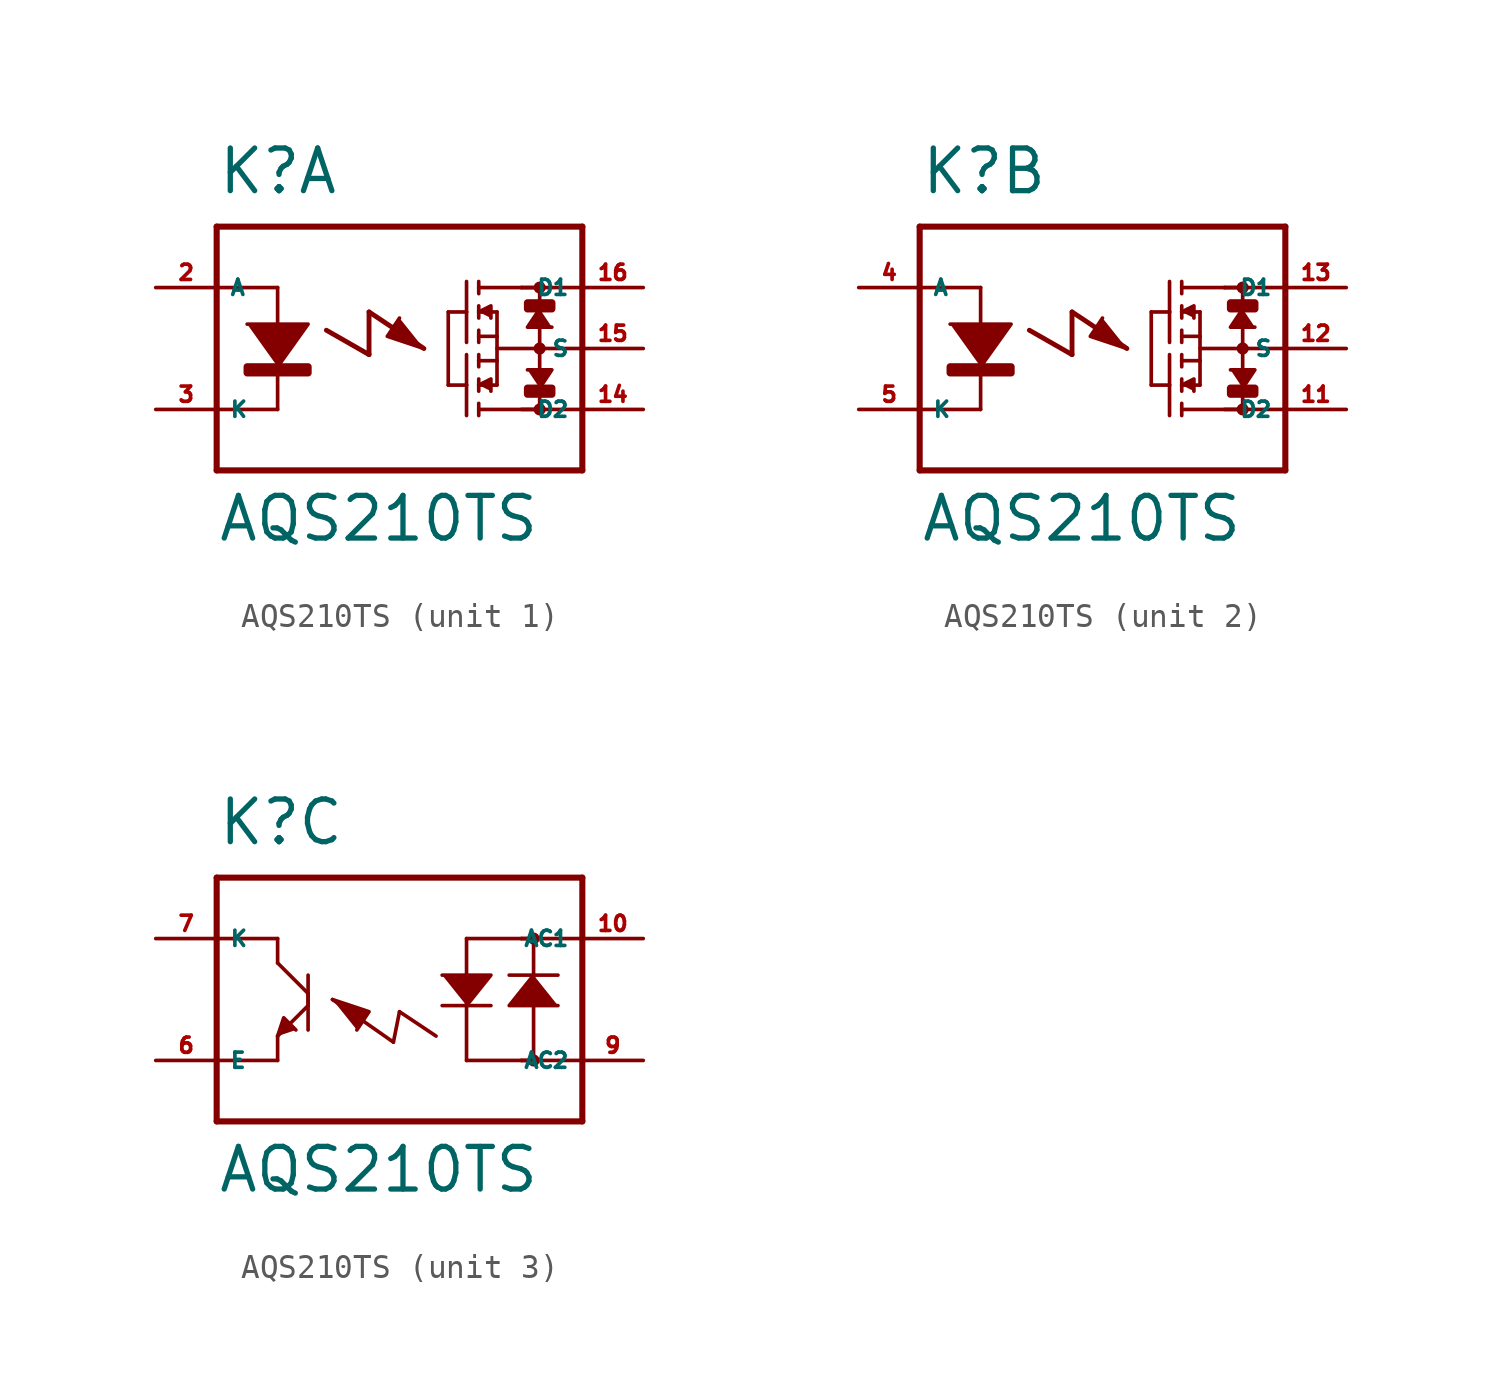
<source format=kicad_sym>
(kicad_symbol_lib
  (version 20220914)
  (generator Eagle2Kicad)
  (symbol "AQS210TS"
    (property "Reference" "K"
      (at -7.62 6.35 0)
      (effects (font (size 1.778 1.778) (thickness 0.22)) (justify left bottom)))
    (property "Value" "AQS210TS"
      (at -7.62 -8.128 0)
      (effects (font (size 1.778 1.778) (thickness 0.22)) (justify left bottom)))
    (symbol "AQS210TS_1_0"
      (polyline (pts (xy -6.35 1.016) (xy -3.81 1.016) (xy -5.08 -0.762)) (stroke (width 0.152) (type default)) (fill (type outline)))
      (polyline (pts (xy 3.302 1.524) (xy 3.81 1.778) (xy 3.81 1.27)) (stroke (width 0.152) (type default)) (fill (type outline)))
      (polyline (pts (xy 3.302 -1.524) (xy 3.81 -1.27) (xy 3.81 -1.778)) (stroke (width 0.152) (type default)) (fill (type outline)))
      (polyline (pts (xy 5.842 1.651) (xy 5.334 0.889) (xy 6.35 0.889)) (stroke (width 0.152) (type default)) (fill (type outline)))
      (polyline (pts (xy 5.842 -1.651) (xy 6.35 -0.889) (xy 5.334 -0.889)) (stroke (width 0.152) (type default)) (fill (type outline)))
      (polyline (pts (xy 0 1.27) (xy -0.508 0.508) (xy 1.016 0)) (stroke (width 0.152) (type default)) (fill (type outline)))
      (polyline (pts (xy -5.08 2.54) (xy -5.08 -2.54)) (stroke (width 0.152) (type default)) (fill (type none)))
      (polyline (pts (xy 3.302 2.794) (xy 3.302 2.286)) (stroke (width 0.152) (type default)) (fill (type none)))
      (polyline (pts (xy 3.302 1.778) (xy 3.302 1.524)) (stroke (width 0.152) (type default)) (fill (type none)))
      (polyline (pts (xy 3.302 1.524) (xy 3.302 1.27)) (stroke (width 0.152) (type default)) (fill (type none)))
      (polyline (pts (xy 3.302 0.762) (xy 3.302 0.508)) (stroke (width 0.152) (type default)) (fill (type none)))
      (polyline (pts (xy 3.302 0.508) (xy 3.302 0.254)) (stroke (width 0.152) (type default)) (fill (type none)))
      (polyline (pts (xy 3.302 1.524) (xy 4.064 1.524)) (stroke (width 0.152) (type default)) (fill (type none)))
      (polyline (pts (xy 3.302 0.508) (xy 4.064 0.508)) (stroke (width 0.152) (type default)) (fill (type none)))
      (polyline (pts (xy 4.064 0.508) (xy 4.064 1.524)) (stroke (width 0.152) (type default)) (fill (type none)))
      (polyline (pts (xy 2.794 2.794) (xy 2.794 1.524)) (stroke (width 0.152) (type default)) (fill (type none)))
      (polyline (pts (xy 2.794 1.524) (xy 2.794 0.254)) (stroke (width 0.152) (type default)) (fill (type none)))
      (polyline (pts (xy 2.794 1.524) (xy 2.032 1.524)) (stroke (width 0.152) (type default)) (fill (type none)))
      (polyline (pts (xy 3.302 -2.794) (xy 3.302 -2.286)) (stroke (width 0.152) (type default)) (fill (type none)))
      (polyline (pts (xy 3.302 -1.778) (xy 3.302 -1.524)) (stroke (width 0.152) (type default)) (fill (type none)))
      (polyline (pts (xy 3.302 -1.524) (xy 3.302 -1.27)) (stroke (width 0.152) (type default)) (fill (type none)))
      (polyline (pts (xy 3.302 -0.762) (xy 3.302 -0.508)) (stroke (width 0.152) (type default)) (fill (type none)))
      (polyline (pts (xy 3.302 -0.508) (xy 3.302 -0.254)) (stroke (width 0.152) (type default)) (fill (type none)))
      (polyline (pts (xy 3.302 -1.524) (xy 4.064 -1.524)) (stroke (width 0.152) (type default)) (fill (type none)))
      (polyline (pts (xy 3.302 -0.508) (xy 4.064 -0.508)) (stroke (width 0.152) (type default)) (fill (type none)))
      (polyline (pts (xy 4.064 -0.508) (xy 4.064 -1.524)) (stroke (width 0.152) (type default)) (fill (type none)))
      (polyline (pts (xy 4.064 0.508) (xy 4.064 -0.508)) (stroke (width 0.152) (type default)) (fill (type none)))
      (polyline (pts (xy 2.794 -2.794) (xy 2.794 -1.524)) (stroke (width 0.152) (type default)) (fill (type none)))
      (polyline (pts (xy 2.794 -1.524) (xy 2.794 -0.254)) (stroke (width 0.152) (type default)) (fill (type none)))
      (polyline (pts (xy 2.794 -1.524) (xy 2.032 -1.524)) (stroke (width 0.152) (type default)) (fill (type none)))
      (polyline (pts (xy 2.032 1.524) (xy 2.032 -1.524)) (stroke (width 0.152) (type default)) (fill (type none)))
      (polyline (pts (xy -7.62 5.08) (xy -7.62 2.54)) (stroke (width 0.254) (type default)) (fill (type none)))
      (polyline (pts (xy -7.62 2.54) (xy -7.62 -2.54)) (stroke (width 0.254) (type default)) (fill (type none)))
      (polyline (pts (xy -7.62 -2.54) (xy -7.62 -5.08)) (stroke (width 0.254) (type default)) (fill (type none)))
      (polyline (pts (xy -7.62 -5.08) (xy 7.62 -5.08)) (stroke (width 0.254) (type default)) (fill (type none)))
      (polyline (pts (xy 7.62 -5.08) (xy 7.62 -2.54)) (stroke (width 0.254) (type default)) (fill (type none)))
      (polyline (pts (xy 7.62 -2.54) (xy 7.62 0)) (stroke (width 0.254) (type default)) (fill (type none)))
      (polyline (pts (xy 7.62 0) (xy 7.62 2.54)) (stroke (width 0.254) (type default)) (fill (type none)))
      (polyline (pts (xy 7.62 2.54) (xy 7.62 5.08)) (stroke (width 0.254) (type default)) (fill (type none)))
      (polyline (pts (xy 7.62 5.08) (xy -7.62 5.08)) (stroke (width 0.254) (type default)) (fill (type none)))
      (polyline (pts (xy 3.302 2.54) (xy 5.08 2.54)) (stroke (width 0.152) (type default)) (fill (type none)))
      (polyline (pts (xy 5.08 2.54) (xy 5.842 2.54)) (stroke (width 0.152) (type default)) (fill (type none)))
      (polyline (pts (xy 3.302 -2.54) (xy 5.842 -2.54)) (stroke (width 0.152) (type default)) (fill (type none)))
      (polyline (pts (xy 5.842 2.54) (xy 5.842 -2.54)) (stroke (width 0.152) (type default)) (fill (type none)))
      (polyline (pts (xy -5.08 2.54) (xy -7.62 2.54)) (stroke (width 0.152) (type default)) (fill (type none)))
      (polyline (pts (xy -5.08 -2.54) (xy -7.62 -2.54)) (stroke (width 0.152) (type default)) (fill (type none)))
      (polyline (pts (xy 7.62 2.54) (xy 5.08 2.54)) (stroke (width 0.152) (type default)) (fill (type none)))
      (polyline (pts (xy 7.62 0) (xy 4.064 0)) (stroke (width 0.152) (type default)) (fill (type none)))
      (polyline (pts (xy 7.62 -2.54) (xy 5.08 -2.54)) (stroke (width 0.152) (type default)) (fill (type none)))
      (polyline (pts (xy -3.048 0.762) (xy -1.27 -0.254)) (stroke (width 0.203) (type default)) (fill (type none)))
      (polyline (pts (xy -1.27 -0.254) (xy -1.27 1.524)) (stroke (width 0.203) (type default)) (fill (type none)))
      (polyline (pts (xy -1.27 1.524) (xy 1.016 0)) (stroke (width 0.203) (type default)) (fill (type none)))
      (circle (center 5.842 2.54) (radius 0.127) (stroke (width 0.254) (type default)) (fill (type none)))
      (circle (center 5.842 0) (radius 0.127) (stroke (width 0.254) (type default)) (fill (type none)))
      (circle (center 5.842 -2.54) (radius 0.127) (stroke (width 0.254) (type default)) (fill (type none)))
      (rectangle (start -6.35 -1.016) (end -3.81 -0.762) (stroke (width 0.3) (type default)) (fill (type outline)))
      (rectangle (start 5.334 -1.905) (end 6.35 -1.651) (stroke (width 0.3) (type default)) (fill (type outline)))
      (rectangle (start 5.334 1.651) (end 6.35 1.905) (stroke (width 0.3) (type default)) (fill (type outline)))
      (pin passive line (at -10.16 -2.54 0) (length 2.54) (name "K" (effects (font (size 0.635 0.635) (thickness 0.08)) (justify left bottom))) (number "3" (effects (font (size 0.635 0.635) (thickness 0.08)) (justify left bottom))))
      (pin passive line (at 10.16 2.54 180) (length 2.54) (name "D1" (effects (font (size 0.635 0.635) (thickness 0.08)) (justify left bottom))) (number "16" (effects (font (size 0.635 0.635) (thickness 0.08)) (justify left bottom))))
      (pin passive line (at 10.16 -2.54 180) (length 2.54) (name "D2" (effects (font (size 0.635 0.635) (thickness 0.08)) (justify left bottom))) (number "14" (effects (font (size 0.635 0.635) (thickness 0.08)) (justify left bottom))))
      (pin passive line (at -10.16 2.54 0) (length 2.54) (name "A" (effects (font (size 0.635 0.635) (thickness 0.08)) (justify left bottom))) (number "2" (effects (font (size 0.635 0.635) (thickness 0.08)) (justify left bottom))))
      (pin passive line (at 10.16 0 180) (length 2.54) (name "S" (effects (font (size 0.635 0.635) (thickness 0.08)) (justify left bottom))) (number "15" (effects (font (size 0.635 0.635) (thickness 0.08)) (justify left bottom)))))
    (symbol "AQS210TS_2_0"
      (polyline (pts (xy -6.35 1.016) (xy -3.81 1.016) (xy -5.08 -0.762)) (stroke (width 0.152) (type default)) (fill (type outline)))
      (polyline (pts (xy 3.302 1.524) (xy 3.81 1.778) (xy 3.81 1.27)) (stroke (width 0.152) (type default)) (fill (type outline)))
      (polyline (pts (xy 3.302 -1.524) (xy 3.81 -1.27) (xy 3.81 -1.778)) (stroke (width 0.152) (type default)) (fill (type outline)))
      (polyline (pts (xy 5.842 1.651) (xy 5.334 0.889) (xy 6.35 0.889)) (stroke (width 0.152) (type default)) (fill (type outline)))
      (polyline (pts (xy 5.842 -1.651) (xy 6.35 -0.889) (xy 5.334 -0.889)) (stroke (width 0.152) (type default)) (fill (type outline)))
      (polyline (pts (xy 0 1.27) (xy -0.508 0.508) (xy 1.016 0)) (stroke (width 0.152) (type default)) (fill (type outline)))
      (polyline (pts (xy -5.08 2.54) (xy -5.08 -2.54)) (stroke (width 0.152) (type default)) (fill (type none)))
      (polyline (pts (xy 3.302 2.794) (xy 3.302 2.286)) (stroke (width 0.152) (type default)) (fill (type none)))
      (polyline (pts (xy 3.302 1.778) (xy 3.302 1.524)) (stroke (width 0.152) (type default)) (fill (type none)))
      (polyline (pts (xy 3.302 1.524) (xy 3.302 1.27)) (stroke (width 0.152) (type default)) (fill (type none)))
      (polyline (pts (xy 3.302 0.762) (xy 3.302 0.508)) (stroke (width 0.152) (type default)) (fill (type none)))
      (polyline (pts (xy 3.302 0.508) (xy 3.302 0.254)) (stroke (width 0.152) (type default)) (fill (type none)))
      (polyline (pts (xy 3.302 1.524) (xy 4.064 1.524)) (stroke (width 0.152) (type default)) (fill (type none)))
      (polyline (pts (xy 3.302 0.508) (xy 4.064 0.508)) (stroke (width 0.152) (type default)) (fill (type none)))
      (polyline (pts (xy 4.064 0.508) (xy 4.064 1.524)) (stroke (width 0.152) (type default)) (fill (type none)))
      (polyline (pts (xy 2.794 2.794) (xy 2.794 1.524)) (stroke (width 0.152) (type default)) (fill (type none)))
      (polyline (pts (xy 2.794 1.524) (xy 2.794 0.254)) (stroke (width 0.152) (type default)) (fill (type none)))
      (polyline (pts (xy 2.794 1.524) (xy 2.032 1.524)) (stroke (width 0.152) (type default)) (fill (type none)))
      (polyline (pts (xy 3.302 -2.794) (xy 3.302 -2.286)) (stroke (width 0.152) (type default)) (fill (type none)))
      (polyline (pts (xy 3.302 -1.778) (xy 3.302 -1.524)) (stroke (width 0.152) (type default)) (fill (type none)))
      (polyline (pts (xy 3.302 -1.524) (xy 3.302 -1.27)) (stroke (width 0.152) (type default)) (fill (type none)))
      (polyline (pts (xy 3.302 -0.762) (xy 3.302 -0.508)) (stroke (width 0.152) (type default)) (fill (type none)))
      (polyline (pts (xy 3.302 -0.508) (xy 3.302 -0.254)) (stroke (width 0.152) (type default)) (fill (type none)))
      (polyline (pts (xy 3.302 -1.524) (xy 4.064 -1.524)) (stroke (width 0.152) (type default)) (fill (type none)))
      (polyline (pts (xy 3.302 -0.508) (xy 4.064 -0.508)) (stroke (width 0.152) (type default)) (fill (type none)))
      (polyline (pts (xy 4.064 -0.508) (xy 4.064 -1.524)) (stroke (width 0.152) (type default)) (fill (type none)))
      (polyline (pts (xy 4.064 0.508) (xy 4.064 -0.508)) (stroke (width 0.152) (type default)) (fill (type none)))
      (polyline (pts (xy 2.794 -2.794) (xy 2.794 -1.524)) (stroke (width 0.152) (type default)) (fill (type none)))
      (polyline (pts (xy 2.794 -1.524) (xy 2.794 -0.254)) (stroke (width 0.152) (type default)) (fill (type none)))
      (polyline (pts (xy 2.794 -1.524) (xy 2.032 -1.524)) (stroke (width 0.152) (type default)) (fill (type none)))
      (polyline (pts (xy 2.032 1.524) (xy 2.032 -1.524)) (stroke (width 0.152) (type default)) (fill (type none)))
      (polyline (pts (xy -7.62 5.08) (xy -7.62 2.54)) (stroke (width 0.254) (type default)) (fill (type none)))
      (polyline (pts (xy -7.62 2.54) (xy -7.62 -2.54)) (stroke (width 0.254) (type default)) (fill (type none)))
      (polyline (pts (xy -7.62 -2.54) (xy -7.62 -5.08)) (stroke (width 0.254) (type default)) (fill (type none)))
      (polyline (pts (xy -7.62 -5.08) (xy 7.62 -5.08)) (stroke (width 0.254) (type default)) (fill (type none)))
      (polyline (pts (xy 7.62 -5.08) (xy 7.62 -2.54)) (stroke (width 0.254) (type default)) (fill (type none)))
      (polyline (pts (xy 7.62 -2.54) (xy 7.62 0)) (stroke (width 0.254) (type default)) (fill (type none)))
      (polyline (pts (xy 7.62 0) (xy 7.62 2.54)) (stroke (width 0.254) (type default)) (fill (type none)))
      (polyline (pts (xy 7.62 2.54) (xy 7.62 5.08)) (stroke (width 0.254) (type default)) (fill (type none)))
      (polyline (pts (xy 7.62 5.08) (xy -7.62 5.08)) (stroke (width 0.254) (type default)) (fill (type none)))
      (polyline (pts (xy 3.302 2.54) (xy 5.08 2.54)) (stroke (width 0.152) (type default)) (fill (type none)))
      (polyline (pts (xy 5.08 2.54) (xy 5.842 2.54)) (stroke (width 0.152) (type default)) (fill (type none)))
      (polyline (pts (xy 3.302 -2.54) (xy 5.842 -2.54)) (stroke (width 0.152) (type default)) (fill (type none)))
      (polyline (pts (xy 5.842 2.54) (xy 5.842 -2.54)) (stroke (width 0.152) (type default)) (fill (type none)))
      (polyline (pts (xy -5.08 2.54) (xy -7.62 2.54)) (stroke (width 0.152) (type default)) (fill (type none)))
      (polyline (pts (xy -5.08 -2.54) (xy -7.62 -2.54)) (stroke (width 0.152) (type default)) (fill (type none)))
      (polyline (pts (xy 7.62 2.54) (xy 5.08 2.54)) (stroke (width 0.152) (type default)) (fill (type none)))
      (polyline (pts (xy 7.62 0) (xy 4.064 0)) (stroke (width 0.152) (type default)) (fill (type none)))
      (polyline (pts (xy 7.62 -2.54) (xy 5.08 -2.54)) (stroke (width 0.152) (type default)) (fill (type none)))
      (polyline (pts (xy -3.048 0.762) (xy -1.27 -0.254)) (stroke (width 0.203) (type default)) (fill (type none)))
      (polyline (pts (xy -1.27 -0.254) (xy -1.27 1.524)) (stroke (width 0.203) (type default)) (fill (type none)))
      (polyline (pts (xy -1.27 1.524) (xy 1.016 0)) (stroke (width 0.203) (type default)) (fill (type none)))
      (circle (center 5.842 2.54) (radius 0.127) (stroke (width 0.254) (type default)) (fill (type none)))
      (circle (center 5.842 0) (radius 0.127) (stroke (width 0.254) (type default)) (fill (type none)))
      (circle (center 5.842 -2.54) (radius 0.127) (stroke (width 0.254) (type default)) (fill (type none)))
      (rectangle (start -6.35 -1.016) (end -3.81 -0.762) (stroke (width 0.3) (type default)) (fill (type outline)))
      (rectangle (start 5.334 -1.905) (end 6.35 -1.651) (stroke (width 0.3) (type default)) (fill (type outline)))
      (rectangle (start 5.334 1.651) (end 6.35 1.905) (stroke (width 0.3) (type default)) (fill (type outline)))
      (pin passive line (at -10.16 -2.54 0) (length 2.54) (name "K" (effects (font (size 0.635 0.635) (thickness 0.08)) (justify left bottom))) (number "5" (effects (font (size 0.635 0.635) (thickness 0.08)) (justify left bottom))))
      (pin passive line (at 10.16 2.54 180) (length 2.54) (name "D1" (effects (font (size 0.635 0.635) (thickness 0.08)) (justify left bottom))) (number "13" (effects (font (size 0.635 0.635) (thickness 0.08)) (justify left bottom))))
      (pin passive line (at 10.16 -2.54 180) (length 2.54) (name "D2" (effects (font (size 0.635 0.635) (thickness 0.08)) (justify left bottom))) (number "11" (effects (font (size 0.635 0.635) (thickness 0.08)) (justify left bottom))))
      (pin passive line (at -10.16 2.54 0) (length 2.54) (name "A" (effects (font (size 0.635 0.635) (thickness 0.08)) (justify left bottom))) (number "4" (effects (font (size 0.635 0.635) (thickness 0.08)) (justify left bottom))))
      (pin passive line (at 10.16 0 180) (length 2.54) (name "S" (effects (font (size 0.635 0.635) (thickness 0.08)) (justify left bottom))) (number "12" (effects (font (size 0.635 0.635) (thickness 0.08)) (justify left bottom)))))
    (symbol "AQS210TS_3_0"
      (polyline (pts (xy 5.588 1.016) (xy 4.572 -0.254) (xy 6.604 -0.254)) (stroke (width 0.152) (type default)) (fill (type outline)))
      (polyline (pts (xy 2.794 -0.254) (xy 3.81 1.016) (xy 1.778 1.016)) (stroke (width 0.152) (type default)) (fill (type outline)))
      (polyline (pts (xy -5.08 -1.524) (xy -4.826 -0.762) (xy -4.318 -1.27)) (stroke (width 0.152) (type default)) (fill (type outline)))
      (polyline (pts (xy -1.778 -1.27) (xy -1.27 -0.508) (xy -2.794 0)) (stroke (width 0.152) (type default)) (fill (type outline)))
      (polyline (pts (xy 5.588 2.54) (xy 5.588 1.016)) (stroke (width 0.152) (type default)) (fill (type none)))
      (polyline (pts (xy 5.588 1.016) (xy 5.588 -2.54)) (stroke (width 0.152) (type default)) (fill (type none)))
      (polyline (pts (xy 5.588 2.54) (xy 5.08 2.54)) (stroke (width 0.152) (type default)) (fill (type none)))
      (polyline (pts (xy 5.08 2.54) (xy 2.794 2.54)) (stroke (width 0.152) (type default)) (fill (type none)))
      (polyline (pts (xy 4.572 1.016) (xy 5.588 1.016)) (stroke (width 0.152) (type default)) (fill (type none)))
      (polyline (pts (xy 5.588 1.016) (xy 6.604 1.016)) (stroke (width 0.152) (type default)) (fill (type none)))
      (polyline (pts (xy 2.794 -2.54) (xy 2.794 -0.254)) (stroke (width 0.152) (type default)) (fill (type none)))
      (polyline (pts (xy 2.794 -0.254) (xy 2.794 2.54)) (stroke (width 0.152) (type default)) (fill (type none)))
      (polyline (pts (xy 3.81 -0.254) (xy 2.794 -0.254)) (stroke (width 0.152) (type default)) (fill (type none)))
      (polyline (pts (xy 2.794 -0.254) (xy 1.778 -0.254)) (stroke (width 0.152) (type default)) (fill (type none)))
      (polyline (pts (xy 2.794 -2.54) (xy 5.08 -2.54)) (stroke (width 0.152) (type default)) (fill (type none)))
      (polyline (pts (xy 5.08 -2.54) (xy 5.588 -2.54)) (stroke (width 0.152) (type default)) (fill (type none)))
      (polyline (pts (xy -5.08 2.54) (xy -5.08 1.524)) (stroke (width 0.152) (type default)) (fill (type none)))
      (polyline (pts (xy -5.08 1.524) (xy -3.81 0.254)) (stroke (width 0.152) (type default)) (fill (type none)))
      (polyline (pts (xy -3.81 0.254) (xy -3.81 -0.254)) (stroke (width 0.152) (type default)) (fill (type none)))
      (polyline (pts (xy -3.81 -0.254) (xy -5.08 -1.524)) (stroke (width 0.152) (type default)) (fill (type none)))
      (polyline (pts (xy -5.08 -1.524) (xy -5.08 -2.54)) (stroke (width 0.152) (type default)) (fill (type none)))
      (polyline (pts (xy -3.81 1.016) (xy -3.81 0.254)) (stroke (width 0.152) (type default)) (fill (type none)))
      (polyline (pts (xy -3.81 0.254) (xy -3.81 -1.27)) (stroke (width 0.152) (type default)) (fill (type none)))
      (polyline (pts (xy -7.62 5.08) (xy -7.62 2.54)) (stroke (width 0.254) (type default)) (fill (type none)))
      (polyline (pts (xy -7.62 2.54) (xy -7.62 -2.54)) (stroke (width 0.254) (type default)) (fill (type none)))
      (polyline (pts (xy -7.62 -2.54) (xy -7.62 -5.08)) (stroke (width 0.254) (type default)) (fill (type none)))
      (polyline (pts (xy -7.62 -5.08) (xy 7.62 -5.08)) (stroke (width 0.254) (type default)) (fill (type none)))
      (polyline (pts (xy 7.62 -5.08) (xy 7.62 -2.54)) (stroke (width 0.254) (type default)) (fill (type none)))
      (polyline (pts (xy 7.62 -2.54) (xy 7.62 5.08)) (stroke (width 0.254) (type default)) (fill (type none)))
      (polyline (pts (xy 7.62 5.08) (xy -7.62 5.08)) (stroke (width 0.254) (type default)) (fill (type none)))
      (polyline (pts (xy -7.62 -2.54) (xy -5.08 -2.54)) (stroke (width 0.152) (type default)) (fill (type none)))
      (polyline (pts (xy -7.62 2.54) (xy -5.08 2.54)) (stroke (width 0.152) (type default)) (fill (type none)))
      (polyline (pts (xy 5.08 -2.54) (xy 7.62 -2.54)) (stroke (width 0.152) (type default)) (fill (type none)))
      (polyline (pts (xy 5.08 2.54) (xy 7.62 2.54)) (stroke (width 0.152) (type default)) (fill (type none)))
      (polyline (pts (xy 1.524 -1.524) (xy 0 -0.508)) (stroke (width 0.152) (type default)) (fill (type none)))
      (polyline (pts (xy 0 -0.508) (xy -0.254 -1.778)) (stroke (width 0.152) (type default)) (fill (type none)))
      (polyline (pts (xy -0.254 -1.778) (xy -2.794 0)) (stroke (width 0.152) (type default)) (fill (type none)))
      (circle (center 5.588 2.54) (radius 0.127) (stroke (width 0.254) (type default)) (fill (type none)))
      (circle (center 5.588 -2.54) (radius 0.127) (stroke (width 0.254) (type default)) (fill (type none)))
      (pin passive line (at -10.16 2.54 0) (length 2.54) (name "K" (effects (font (size 0.635 0.635) (thickness 0.08)) (justify left bottom))) (number "7" (effects (font (size 0.635 0.635) (thickness 0.08)) (justify left bottom))))
      (pin passive line (at -10.16 -2.54 0) (length 2.54) (name "E" (effects (font (size 0.635 0.635) (thickness 0.08)) (justify left bottom))) (number "6" (effects (font (size 0.635 0.635) (thickness 0.08)) (justify left bottom))))
      (pin passive line (at 10.16 -2.54 180) (length 2.54) (name "AC2" (effects (font (size 0.635 0.635) (thickness 0.08)) (justify left bottom))) (number "9" (effects (font (size 0.635 0.635) (thickness 0.08)) (justify left bottom))))
      (pin passive line (at 10.16 2.54 180) (length 2.54) (name "AC1" (effects (font (size 0.635 0.635) (thickness 0.08)) (justify left bottom))) (number "10" (effects (font (size 0.635 0.635) (thickness 0.08)) (justify left bottom)))))))
</source>
